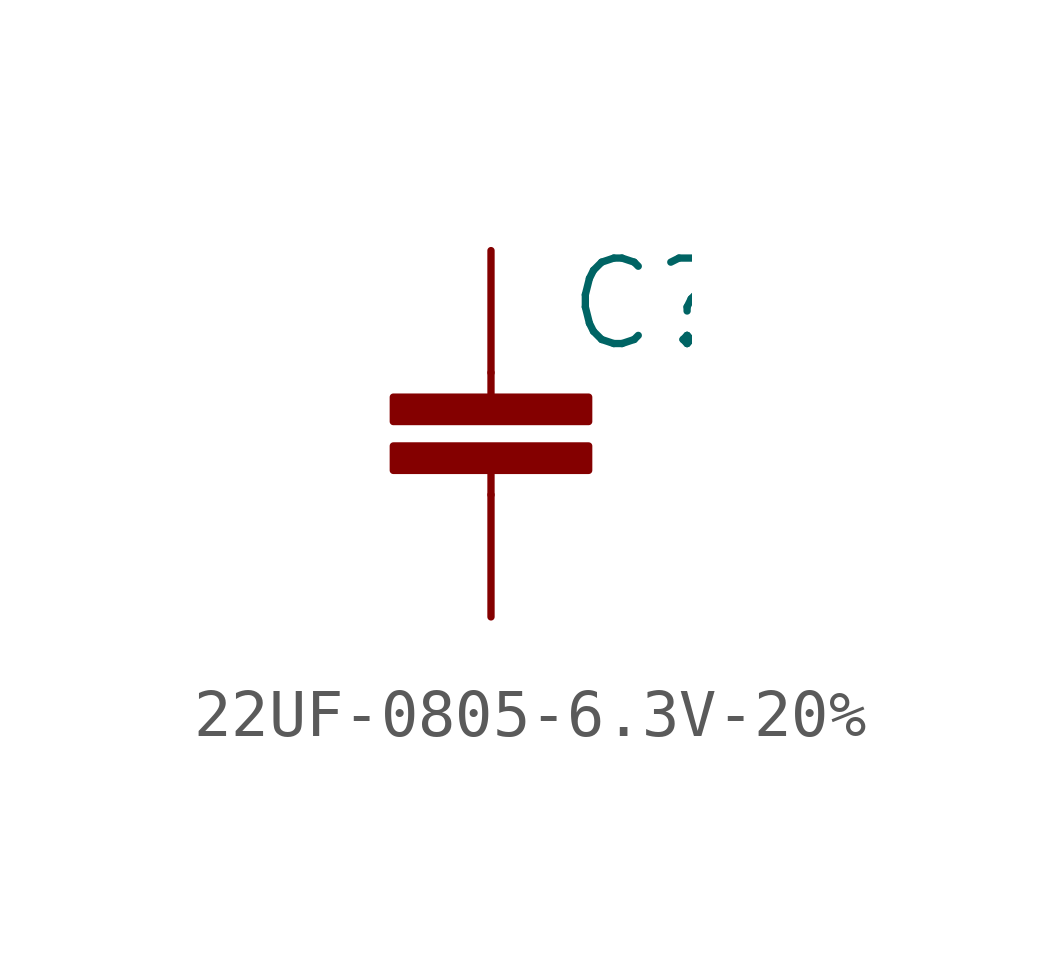
<source format=kicad_sym>
(kicad_symbol_lib
  (version 20220914)
  (generator kicad_symbol_editor)
  (symbol "22UF-0805-6.3V-20%"
    (property "Reference" "C"
      (at 1.524 2.921 0)
      (effects (font (size 1.778 1.778)) (justify left bottom)))
    (property "Value" ""
      (at 1.524 -2.159 0)
      (effects (font (size 1.778 1.778)) (justify left bottom)))
    (property "ki_locked" ""
      (at 0 0 0)
      (effects (font (size 1.27 1.27))))
    (symbol "22UF-0805-6.3V-20%_1_0"
      (rectangle (start -2.032 0.508) (end 2.032 1.016) (stroke (width 0) (type default)) (fill (type outline)))
      (rectangle (start -2.032 1.524) (end 2.032 2.032) (stroke (width 0) (type default)) (fill (type outline)))
      (polyline (pts (xy 0 0) (xy 0 0.508)) (stroke (width 0.152) (type solid)) (fill (type none)))
      (polyline (pts (xy 0 2.54) (xy 0 2.032)) (stroke (width 0.152) (type solid)) (fill (type none)))
      (pin passive line (at 0 5.08 270) (length 2.54) (name "1" (effects (font (size 0 0)))) (number "1" (effects (font (size 0 0)))))
      (pin passive line (at 0 -2.54 90) (length 2.54) (name "2" (effects (font (size 0 0)))) (number "2" (effects (font (size 0 0))))))))
</source>
